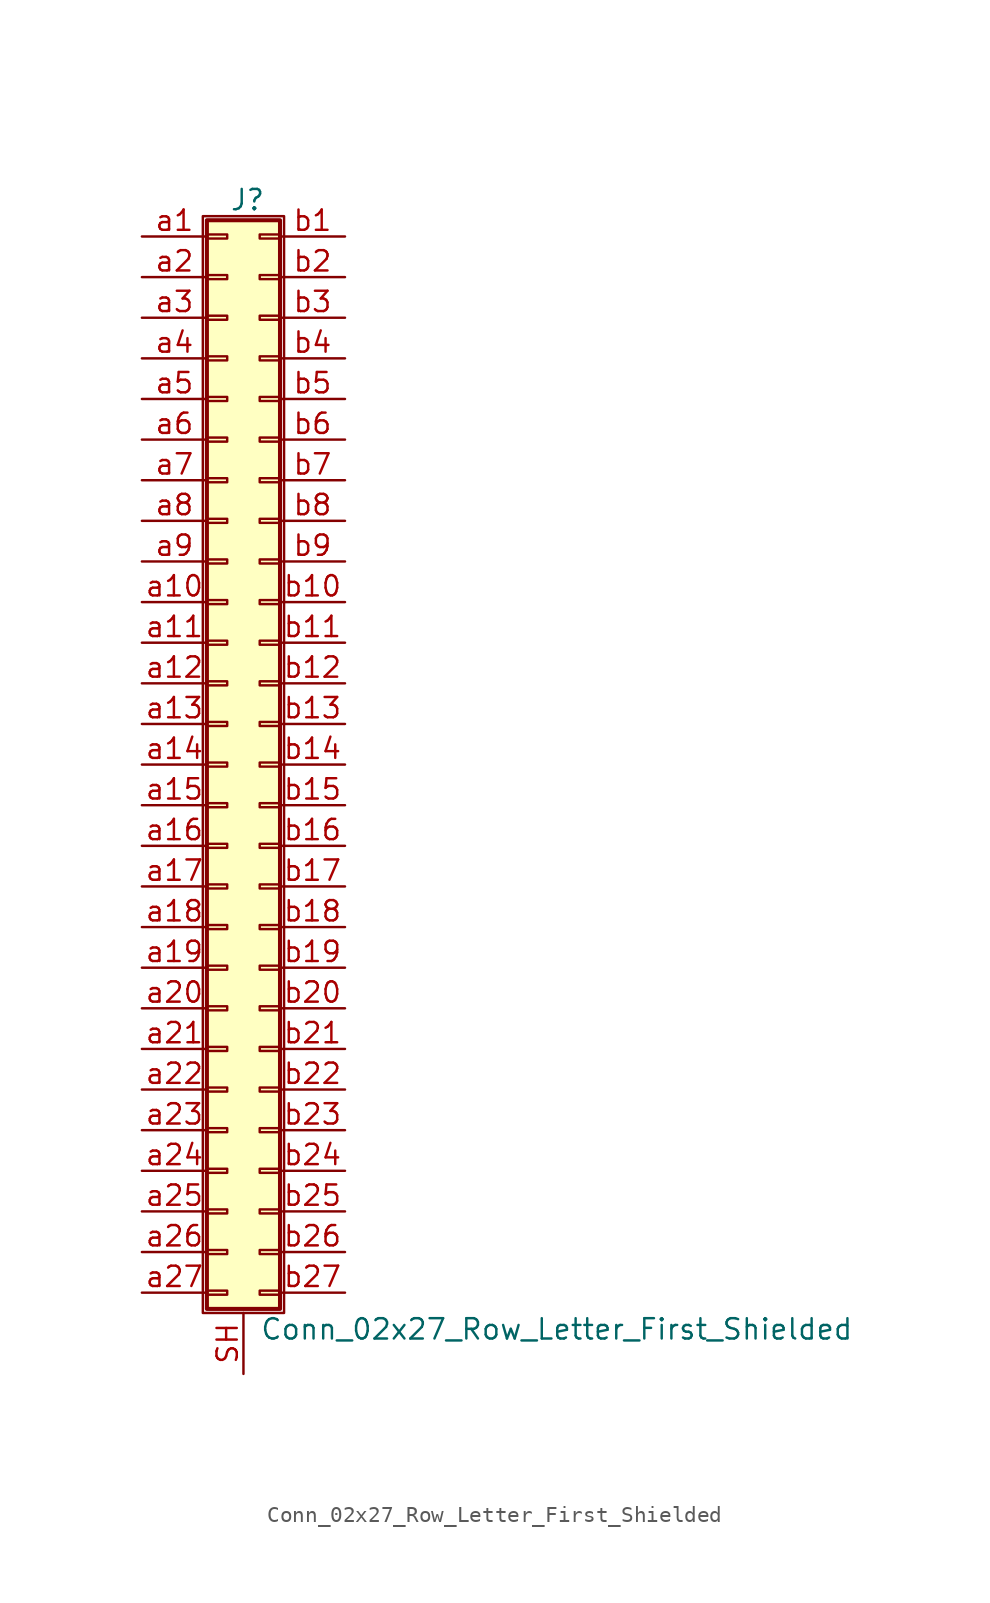
<source format=kicad_sym>
(kicad_symbol_lib
  (version 20220914)
  (generator kicad_symbol_editor)
  (symbol "Conn_02x27_Row_Letter_First_Shielded"
    (pin_names
      (offset 1.016) hide)
    (property "Reference" "J"
      (at 1.524 35.306 0)
      (effects (font (size 1.27 1.27))))
    (property "Value" "Conn_02x27_Row_Letter_First_Shielded"
      (at 2.286 -35.306 0)
      (effects (font (size 1.27 1.27)) (justify left)))
    (symbol "Conn_02x27_Row_Letter_First_Shielded_1_1"
      (rectangle (start -1.27 34.29) (end 3.81 -34.29) (stroke (width 0.152) (type default)) (fill (type none)))
      (rectangle (start -1.016 -32.893) (end 0.254 -33.147) (stroke (width 0.152) (type default)) (fill (type none)))
      (rectangle (start -1.016 -30.353) (end 0.254 -30.607) (stroke (width 0.152) (type default)) (fill (type none)))
      (rectangle (start -1.016 -27.813) (end 0.254 -28.067) (stroke (width 0.152) (type default)) (fill (type none)))
      (rectangle (start -1.016 -25.273) (end 0.254 -25.527) (stroke (width 0.152) (type default)) (fill (type none)))
      (rectangle (start -1.016 -22.733) (end 0.254 -22.987) (stroke (width 0.152) (type default)) (fill (type none)))
      (rectangle (start -1.016 -20.193) (end 0.254 -20.447) (stroke (width 0.152) (type default)) (fill (type none)))
      (rectangle (start -1.016 -17.653) (end 0.254 -17.907) (stroke (width 0.152) (type default)) (fill (type none)))
      (rectangle (start -1.016 -15.113) (end 0.254 -15.367) (stroke (width 0.152) (type default)) (fill (type none)))
      (rectangle (start -1.016 -12.573) (end 0.254 -12.827) (stroke (width 0.152) (type default)) (fill (type none)))
      (rectangle (start -1.016 -10.033) (end 0.254 -10.287) (stroke (width 0.152) (type default)) (fill (type none)))
      (rectangle (start -1.016 -7.493) (end 0.254 -7.747) (stroke (width 0.152) (type default)) (fill (type none)))
      (rectangle (start -1.016 -4.953) (end 0.254 -5.207) (stroke (width 0.152) (type default)) (fill (type none)))
      (rectangle (start -1.016 -2.413) (end 0.254 -2.667) (stroke (width 0.152) (type default)) (fill (type none)))
      (rectangle (start -1.016 0.127) (end 0.254 -0.127) (stroke (width 0.152) (type default)) (fill (type none)))
      (rectangle (start -1.016 2.667) (end 0.254 2.413) (stroke (width 0.152) (type default)) (fill (type none)))
      (rectangle (start -1.016 5.207) (end 0.254 4.953) (stroke (width 0.152) (type default)) (fill (type none)))
      (rectangle (start -1.016 7.747) (end 0.254 7.493) (stroke (width 0.152) (type default)) (fill (type none)))
      (rectangle (start -1.016 10.287) (end 0.254 10.033) (stroke (width 0.152) (type default)) (fill (type none)))
      (rectangle (start -1.016 12.827) (end 0.254 12.573) (stroke (width 0.152) (type default)) (fill (type none)))
      (rectangle (start -1.016 15.367) (end 0.254 15.113) (stroke (width 0.152) (type default)) (fill (type none)))
      (rectangle (start -1.016 17.907) (end 0.254 17.653) (stroke (width 0.152) (type default)) (fill (type none)))
      (rectangle (start -1.016 20.447) (end 0.254 20.193) (stroke (width 0.152) (type default)) (fill (type none)))
      (rectangle (start -1.016 22.987) (end 0.254 22.733) (stroke (width 0.152) (type default)) (fill (type none)))
      (rectangle (start -1.016 25.527) (end 0.254 25.273) (stroke (width 0.152) (type default)) (fill (type none)))
      (rectangle (start -1.016 28.067) (end 0.254 27.813) (stroke (width 0.152) (type default)) (fill (type none)))
      (rectangle (start -1.016 30.607) (end 0.254 30.353) (stroke (width 0.152) (type default)) (fill (type none)))
      (rectangle (start -1.016 33.147) (end 0.254 32.893) (stroke (width 0.152) (type default)) (fill (type none)))
      (rectangle (start -1.016 34.036) (end 3.556 -34.036) (stroke (width 0.254) (type default)) (fill (type background)))
      (rectangle (start 3.556 -32.893) (end 2.286 -33.147) (stroke (width 0.152) (type default)) (fill (type none)))
      (rectangle (start 3.556 -30.353) (end 2.286 -30.607) (stroke (width 0.152) (type default)) (fill (type none)))
      (rectangle (start 3.556 -27.813) (end 2.286 -28.067) (stroke (width 0.152) (type default)) (fill (type none)))
      (rectangle (start 3.556 -25.273) (end 2.286 -25.527) (stroke (width 0.152) (type default)) (fill (type none)))
      (rectangle (start 3.556 -22.733) (end 2.286 -22.987) (stroke (width 0.152) (type default)) (fill (type none)))
      (rectangle (start 3.556 -20.193) (end 2.286 -20.447) (stroke (width 0.152) (type default)) (fill (type none)))
      (rectangle (start 3.556 -17.653) (end 2.286 -17.907) (stroke (width 0.152) (type default)) (fill (type none)))
      (rectangle (start 3.556 -15.113) (end 2.286 -15.367) (stroke (width 0.152) (type default)) (fill (type none)))
      (rectangle (start 3.556 -12.573) (end 2.286 -12.827) (stroke (width 0.152) (type default)) (fill (type none)))
      (rectangle (start 3.556 -10.033) (end 2.286 -10.287) (stroke (width 0.152) (type default)) (fill (type none)))
      (rectangle (start 3.556 -7.493) (end 2.286 -7.747) (stroke (width 0.152) (type default)) (fill (type none)))
      (rectangle (start 3.556 -4.953) (end 2.286 -5.207) (stroke (width 0.152) (type default)) (fill (type none)))
      (rectangle (start 3.556 -2.413) (end 2.286 -2.667) (stroke (width 0.152) (type default)) (fill (type none)))
      (rectangle (start 3.556 0.127) (end 2.286 -0.127) (stroke (width 0.152) (type default)) (fill (type none)))
      (rectangle (start 3.556 2.667) (end 2.286 2.413) (stroke (width 0.152) (type default)) (fill (type none)))
      (rectangle (start 3.556 5.207) (end 2.286 4.953) (stroke (width 0.152) (type default)) (fill (type none)))
      (rectangle (start 3.556 7.747) (end 2.286 7.493) (stroke (width 0.152) (type default)) (fill (type none)))
      (rectangle (start 3.556 10.287) (end 2.286 10.033) (stroke (width 0.152) (type default)) (fill (type none)))
      (rectangle (start 3.556 12.827) (end 2.286 12.573) (stroke (width 0.152) (type default)) (fill (type none)))
      (rectangle (start 3.556 15.367) (end 2.286 15.113) (stroke (width 0.152) (type default)) (fill (type none)))
      (rectangle (start 3.556 17.907) (end 2.286 17.653) (stroke (width 0.152) (type default)) (fill (type none)))
      (rectangle (start 3.556 20.447) (end 2.286 20.193) (stroke (width 0.152) (type default)) (fill (type none)))
      (rectangle (start 3.556 22.987) (end 2.286 22.733) (stroke (width 0.152) (type default)) (fill (type none)))
      (rectangle (start 3.556 25.527) (end 2.286 25.273) (stroke (width 0.152) (type default)) (fill (type none)))
      (rectangle (start 3.556 28.067) (end 2.286 27.813) (stroke (width 0.152) (type default)) (fill (type none)))
      (rectangle (start 3.556 30.607) (end 2.286 30.353) (stroke (width 0.152) (type default)) (fill (type none)))
      (rectangle (start 3.556 33.147) (end 2.286 32.893) (stroke (width 0.152) (type default)) (fill (type none)))
      (pin passive line (at 1.27 -38.1 90) (length 3.81) (name "Shield" (effects (font (size 1.27 1.27)))) (number "SH" (effects (font (size 1.27 1.27)))))
      (pin passive line (at -5.08 33.02 0) (length 4.064) (name "Pin_a1" (effects (font (size 1.27 1.27)))) (number "a1" (effects (font (size 1.27 1.27)))))
      (pin passive line (at -5.08 10.16 0) (length 4.064) (name "Pin_a10" (effects (font (size 1.27 1.27)))) (number "a10" (effects (font (size 1.27 1.27)))))
      (pin passive line (at -5.08 7.62 0) (length 4.064) (name "Pin_a11" (effects (font (size 1.27 1.27)))) (number "a11" (effects (font (size 1.27 1.27)))))
      (pin passive line (at -5.08 5.08 0) (length 4.064) (name "Pin_a12" (effects (font (size 1.27 1.27)))) (number "a12" (effects (font (size 1.27 1.27)))))
      (pin passive line (at -5.08 2.54 0) (length 4.064) (name "Pin_a13" (effects (font (size 1.27 1.27)))) (number "a13" (effects (font (size 1.27 1.27)))))
      (pin passive line (at -5.08 0 0) (length 4.064) (name "Pin_a14" (effects (font (size 1.27 1.27)))) (number "a14" (effects (font (size 1.27 1.27)))))
      (pin passive line (at -5.08 -2.54 0) (length 4.064) (name "Pin_a15" (effects (font (size 1.27 1.27)))) (number "a15" (effects (font (size 1.27 1.27)))))
      (pin passive line (at -5.08 -5.08 0) (length 4.064) (name "Pin_a16" (effects (font (size 1.27 1.27)))) (number "a16" (effects (font (size 1.27 1.27)))))
      (pin passive line (at -5.08 -7.62 0) (length 4.064) (name "Pin_a17" (effects (font (size 1.27 1.27)))) (number "a17" (effects (font (size 1.27 1.27)))))
      (pin passive line (at -5.08 -10.16 0) (length 4.064) (name "Pin_a18" (effects (font (size 1.27 1.27)))) (number "a18" (effects (font (size 1.27 1.27)))))
      (pin passive line (at -5.08 -12.7 0) (length 4.064) (name "Pin_a19" (effects (font (size 1.27 1.27)))) (number "a19" (effects (font (size 1.27 1.27)))))
      (pin passive line (at -5.08 30.48 0) (length 4.064) (name "Pin_a2" (effects (font (size 1.27 1.27)))) (number "a2" (effects (font (size 1.27 1.27)))))
      (pin passive line (at -5.08 -15.24 0) (length 4.064) (name "Pin_a20" (effects (font (size 1.27 1.27)))) (number "a20" (effects (font (size 1.27 1.27)))))
      (pin passive line (at -5.08 -17.78 0) (length 4.064) (name "Pin_a21" (effects (font (size 1.27 1.27)))) (number "a21" (effects (font (size 1.27 1.27)))))
      (pin passive line (at -5.08 -20.32 0) (length 4.064) (name "Pin_a22" (effects (font (size 1.27 1.27)))) (number "a22" (effects (font (size 1.27 1.27)))))
      (pin passive line (at -5.08 -22.86 0) (length 4.064) (name "Pin_a23" (effects (font (size 1.27 1.27)))) (number "a23" (effects (font (size 1.27 1.27)))))
      (pin passive line (at -5.08 -25.4 0) (length 4.064) (name "Pin_a24" (effects (font (size 1.27 1.27)))) (number "a24" (effects (font (size 1.27 1.27)))))
      (pin passive line (at -5.08 -27.94 0) (length 4.064) (name "Pin_a25" (effects (font (size 1.27 1.27)))) (number "a25" (effects (font (size 1.27 1.27)))))
      (pin passive line (at -5.08 -30.48 0) (length 4.064) (name "Pin_a26" (effects (font (size 1.27 1.27)))) (number "a26" (effects (font (size 1.27 1.27)))))
      (pin passive line (at -5.08 -33.02 0) (length 4.064) (name "Pin_a27" (effects (font (size 1.27 1.27)))) (number "a27" (effects (font (size 1.27 1.27)))))
      (pin passive line (at -5.08 27.94 0) (length 4.064) (name "Pin_a3" (effects (font (size 1.27 1.27)))) (number "a3" (effects (font (size 1.27 1.27)))))
      (pin passive line (at -5.08 25.4 0) (length 4.064) (name "Pin_a4" (effects (font (size 1.27 1.27)))) (number "a4" (effects (font (size 1.27 1.27)))))
      (pin passive line (at -5.08 22.86 0) (length 4.064) (name "Pin_a5" (effects (font (size 1.27 1.27)))) (number "a5" (effects (font (size 1.27 1.27)))))
      (pin passive line (at -5.08 20.32 0) (length 4.064) (name "Pin_a6" (effects (font (size 1.27 1.27)))) (number "a6" (effects (font (size 1.27 1.27)))))
      (pin passive line (at -5.08 17.78 0) (length 4.064) (name "Pin_a7" (effects (font (size 1.27 1.27)))) (number "a7" (effects (font (size 1.27 1.27)))))
      (pin passive line (at -5.08 15.24 0) (length 4.064) (name "Pin_a8" (effects (font (size 1.27 1.27)))) (number "a8" (effects (font (size 1.27 1.27)))))
      (pin passive line (at -5.08 12.7 0) (length 4.064) (name "Pin_a9" (effects (font (size 1.27 1.27)))) (number "a9" (effects (font (size 1.27 1.27)))))
      (pin passive line (at 7.62 33.02 180) (length 4.064) (name "Pin_b1" (effects (font (size 1.27 1.27)))) (number "b1" (effects (font (size 1.27 1.27)))))
      (pin passive line (at 7.62 10.16 180) (length 4.064) (name "Pin_b10" (effects (font (size 1.27 1.27)))) (number "b10" (effects (font (size 1.27 1.27)))))
      (pin passive line (at 7.62 7.62 180) (length 4.064) (name "Pin_b11" (effects (font (size 1.27 1.27)))) (number "b11" (effects (font (size 1.27 1.27)))))
      (pin passive line (at 7.62 5.08 180) (length 4.064) (name "Pin_b12" (effects (font (size 1.27 1.27)))) (number "b12" (effects (font (size 1.27 1.27)))))
      (pin passive line (at 7.62 2.54 180) (length 4.064) (name "Pin_b13" (effects (font (size 1.27 1.27)))) (number "b13" (effects (font (size 1.27 1.27)))))
      (pin passive line (at 7.62 0 180) (length 4.064) (name "Pin_b14" (effects (font (size 1.27 1.27)))) (number "b14" (effects (font (size 1.27 1.27)))))
      (pin passive line (at 7.62 -2.54 180) (length 4.064) (name "Pin_b15" (effects (font (size 1.27 1.27)))) (number "b15" (effects (font (size 1.27 1.27)))))
      (pin passive line (at 7.62 -5.08 180) (length 4.064) (name "Pin_b16" (effects (font (size 1.27 1.27)))) (number "b16" (effects (font (size 1.27 1.27)))))
      (pin passive line (at 7.62 -7.62 180) (length 4.064) (name "Pin_b17" (effects (font (size 1.27 1.27)))) (number "b17" (effects (font (size 1.27 1.27)))))
      (pin passive line (at 7.62 -10.16 180) (length 4.064) (name "Pin_b18" (effects (font (size 1.27 1.27)))) (number "b18" (effects (font (size 1.27 1.27)))))
      (pin passive line (at 7.62 -12.7 180) (length 4.064) (name "Pin_b19" (effects (font (size 1.27 1.27)))) (number "b19" (effects (font (size 1.27 1.27)))))
      (pin passive line (at 7.62 30.48 180) (length 4.064) (name "Pin_b2" (effects (font (size 1.27 1.27)))) (number "b2" (effects (font (size 1.27 1.27)))))
      (pin passive line (at 7.62 -15.24 180) (length 4.064) (name "Pin_b20" (effects (font (size 1.27 1.27)))) (number "b20" (effects (font (size 1.27 1.27)))))
      (pin passive line (at 7.62 -17.78 180) (length 4.064) (name "Pin_b21" (effects (font (size 1.27 1.27)))) (number "b21" (effects (font (size 1.27 1.27)))))
      (pin passive line (at 7.62 -20.32 180) (length 4.064) (name "Pin_b22" (effects (font (size 1.27 1.27)))) (number "b22" (effects (font (size 1.27 1.27)))))
      (pin passive line (at 7.62 -22.86 180) (length 4.064) (name "Pin_b23" (effects (font (size 1.27 1.27)))) (number "b23" (effects (font (size 1.27 1.27)))))
      (pin passive line (at 7.62 -25.4 180) (length 4.064) (name "Pin_b24" (effects (font (size 1.27 1.27)))) (number "b24" (effects (font (size 1.27 1.27)))))
      (pin passive line (at 7.62 -27.94 180) (length 4.064) (name "Pin_b25" (effects (font (size 1.27 1.27)))) (number "b25" (effects (font (size 1.27 1.27)))))
      (pin passive line (at 7.62 -30.48 180) (length 4.064) (name "Pin_b26" (effects (font (size 1.27 1.27)))) (number "b26" (effects (font (size 1.27 1.27)))))
      (pin passive line (at 7.62 -33.02 180) (length 4.064) (name "Pin_b27" (effects (font (size 1.27 1.27)))) (number "b27" (effects (font (size 1.27 1.27)))))
      (pin passive line (at 7.62 27.94 180) (length 4.064) (name "Pin_b3" (effects (font (size 1.27 1.27)))) (number "b3" (effects (font (size 1.27 1.27)))))
      (pin passive line (at 7.62 25.4 180) (length 4.064) (name "Pin_b4" (effects (font (size 1.27 1.27)))) (number "b4" (effects (font (size 1.27 1.27)))))
      (pin passive line (at 7.62 22.86 180) (length 4.064) (name "Pin_b5" (effects (font (size 1.27 1.27)))) (number "b5" (effects (font (size 1.27 1.27)))))
      (pin passive line (at 7.62 20.32 180) (length 4.064) (name "Pin_b6" (effects (font (size 1.27 1.27)))) (number "b6" (effects (font (size 1.27 1.27)))))
      (pin passive line (at 7.62 17.78 180) (length 4.064) (name "Pin_b7" (effects (font (size 1.27 1.27)))) (number "b7" (effects (font (size 1.27 1.27)))))
      (pin passive line (at 7.62 15.24 180) (length 4.064) (name "Pin_b8" (effects (font (size 1.27 1.27)))) (number "b8" (effects (font (size 1.27 1.27)))))
      (pin passive line (at 7.62 12.7 180) (length 4.064) (name "Pin_b9" (effects (font (size 1.27 1.27)))) (number "b9" (effects (font (size 1.27 1.27))))))))
</source>
